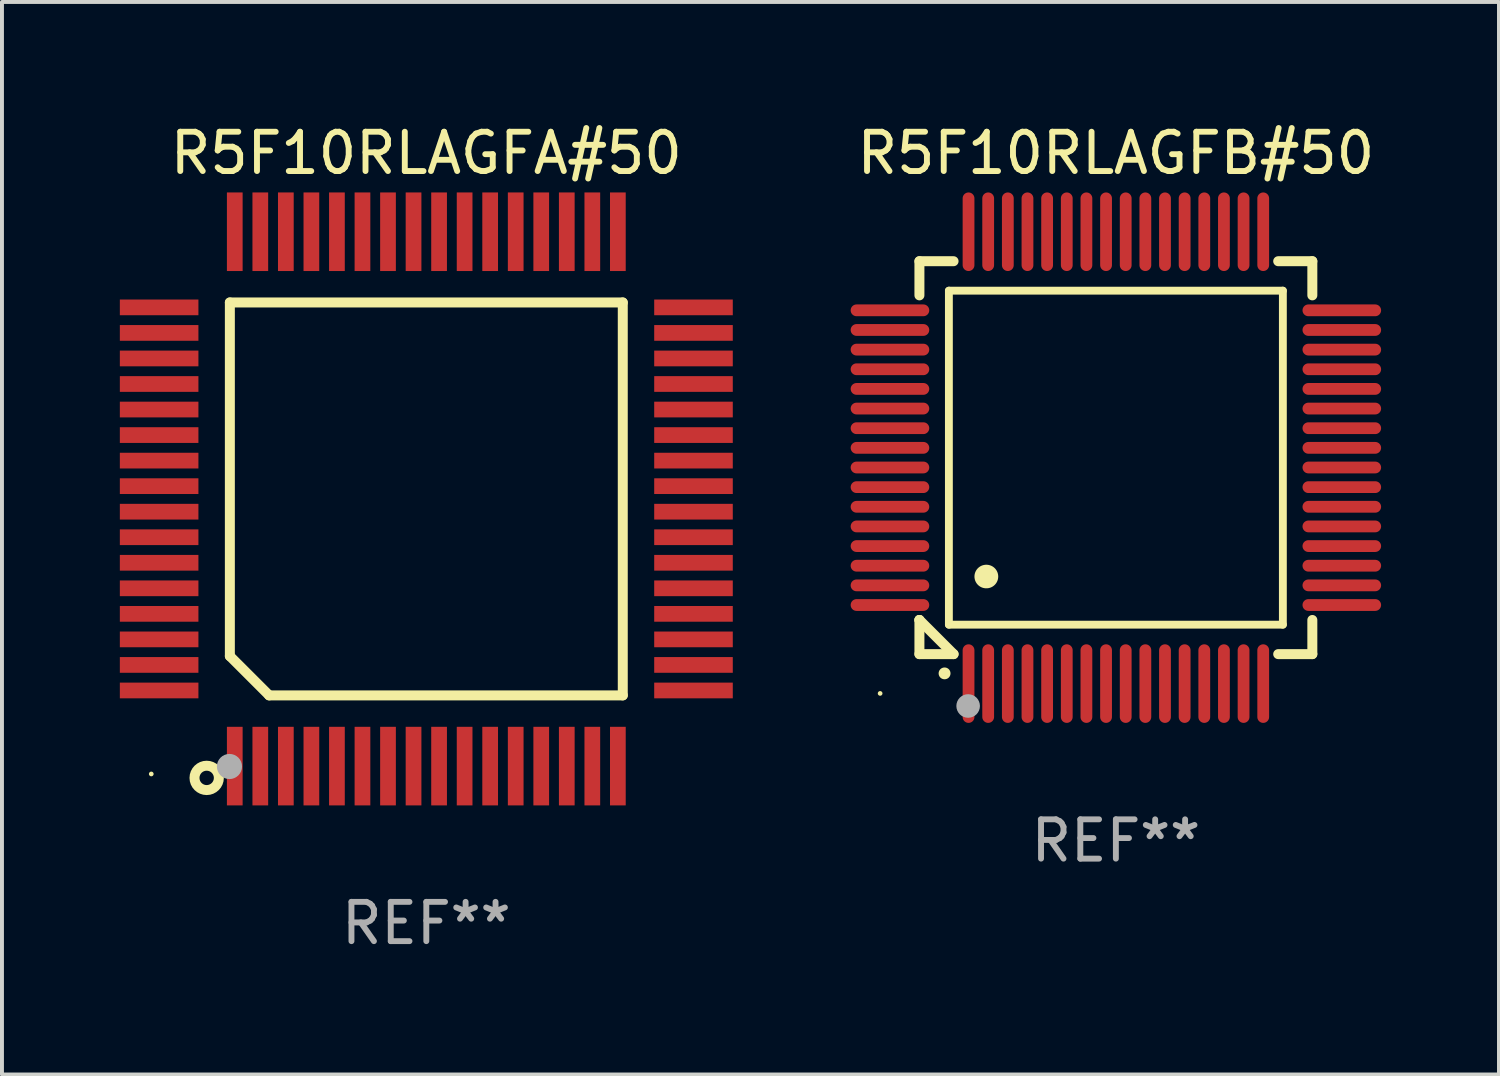
<source format=kicad_pcb>
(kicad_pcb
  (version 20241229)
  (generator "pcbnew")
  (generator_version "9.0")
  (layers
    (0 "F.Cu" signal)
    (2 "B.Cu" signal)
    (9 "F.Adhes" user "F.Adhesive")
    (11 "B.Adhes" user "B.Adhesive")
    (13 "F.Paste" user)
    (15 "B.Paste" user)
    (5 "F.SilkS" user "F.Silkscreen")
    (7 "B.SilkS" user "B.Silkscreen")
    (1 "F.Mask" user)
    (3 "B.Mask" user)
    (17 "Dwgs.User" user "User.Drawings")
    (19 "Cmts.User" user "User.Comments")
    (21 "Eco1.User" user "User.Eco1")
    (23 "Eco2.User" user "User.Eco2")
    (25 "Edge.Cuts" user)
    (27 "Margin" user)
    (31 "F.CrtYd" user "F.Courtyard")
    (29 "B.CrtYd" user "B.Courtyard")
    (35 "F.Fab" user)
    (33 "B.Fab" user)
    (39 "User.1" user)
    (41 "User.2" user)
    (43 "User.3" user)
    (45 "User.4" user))
  (footprint "R5F10RLAGFA#50"
    (layer "F.Cu")
    (at 7.8 9.648)
    (property "Reference" "R5F10RLAGFA#50" (at 0 -8.8 0) (layer "F.SilkS") (effects (font (size 1 1) (thickness 0.15))))
    (attr through_hole)
    (fp_line (start -5 -5) (end 5 -5) (stroke (width 0.254) (type solid)) (layer "F.SilkS"))
    (fp_line (start -5 4) (end -5 -5) (stroke (width 0.254) (type solid)) (layer "F.SilkS"))
    (fp_line (start -4 5) (end -5 4) (stroke (width 0.254) (type solid)) (layer "F.SilkS"))
    (fp_line (start 5 -5) (end 5 5) (stroke (width 0.254) (type solid)) (layer "F.SilkS"))
    (fp_line (start 5 5) (end -4 5) (stroke (width 0.254) (type solid)) (layer "F.SilkS"))
    (fp_circle (center -7 7) (end -6.97 7) (stroke (width 0.06) (type solid)) (fill no) (layer "F.SilkS"))
    (fp_circle (center -5.59 7.1) (end -5.28 7.1) (stroke (width 0.254) (type solid)) (fill no) (layer "F.SilkS"))
    (fp_circle (center -5.01 6.81) (end -4.85 6.81) (stroke (width 0.32) (type solid)) (fill no) (layer "F.Fab"))
    (fp_text user "REF**" (at 0 10.8 0) (layer "F.Fab") (effects (font (size 1 1) (thickness 0.15))))
    (pad "1" smd rect (at -4.875 6.8) (size 0.4 2) (layers "F.Cu" "F.Mask" "F.Paste"))
    (pad "2" smd rect (at -4.225 6.8) (size 0.4 2) (layers "F.Cu" "F.Mask" "F.Paste"))
    (pad "3" smd rect (at -3.575 6.8) (size 0.4 2) (layers "F.Cu" "F.Mask" "F.Paste"))
    (pad "4" smd rect (at -2.925 6.8) (size 0.4 2) (layers "F.Cu" "F.Mask" "F.Paste"))
    (pad "5" smd rect (at -2.275 6.8) (size 0.4 2) (layers "F.Cu" "F.Mask" "F.Paste"))
    (pad "6" smd rect (at -1.625 6.8) (size 0.4 2) (layers "F.Cu" "F.Mask" "F.Paste"))
    (pad "7" smd rect (at -0.975 6.8) (size 0.4 2) (layers "F.Cu" "F.Mask" "F.Paste"))
    (pad "8" smd rect (at -0.325 6.8) (size 0.4 2) (layers "F.Cu" "F.Mask" "F.Paste"))
    (pad "9" smd rect (at 0.325 6.8) (size 0.4 2) (layers "F.Cu" "F.Mask" "F.Paste"))
    (pad "10" smd rect (at 0.975 6.8) (size 0.4 2) (layers "F.Cu" "F.Mask" "F.Paste"))
    (pad "11" smd rect (at 1.625 6.8) (size 0.4 2) (layers "F.Cu" "F.Mask" "F.Paste"))
    (pad "12" smd rect (at 2.275 6.8) (size 0.4 2) (layers "F.Cu" "F.Mask" "F.Paste"))
    (pad "13" smd rect (at 2.925 6.8) (size 0.4 2) (layers "F.Cu" "F.Mask" "F.Paste"))
    (pad "14" smd rect (at 3.575 6.8) (size 0.4 2) (layers "F.Cu" "F.Mask" "F.Paste"))
    (pad "15" smd rect (at 4.225 6.8) (size 0.4 2) (layers "F.Cu" "F.Mask" "F.Paste"))
    (pad "16" smd rect (at 4.875 6.8) (size 0.4 2) (layers "F.Cu" "F.Mask" "F.Paste"))
    (pad "17" smd rect (at 6.8 4.875) (size 2 0.4) (layers "F.Cu" "F.Mask" "F.Paste"))
    (pad "18" smd rect (at 6.8 4.225) (size 2 0.4) (layers "F.Cu" "F.Mask" "F.Paste"))
    (pad "19" smd rect (at 6.8 3.575) (size 2 0.4) (layers "F.Cu" "F.Mask" "F.Paste"))
    (pad "20" smd rect (at 6.8 2.925) (size 2 0.4) (layers "F.Cu" "F.Mask" "F.Paste"))
    (pad "21" smd rect (at 6.8 2.275) (size 2 0.4) (layers "F.Cu" "F.Mask" "F.Paste"))
    (pad "22" smd rect (at 6.8 1.625) (size 2 0.4) (layers "F.Cu" "F.Mask" "F.Paste"))
    (pad "23" smd rect (at 6.8 0.975) (size 2 0.4) (layers "F.Cu" "F.Mask" "F.Paste"))
    (pad "24" smd rect (at 6.8 0.325) (size 2 0.4) (layers "F.Cu" "F.Mask" "F.Paste"))
    (pad "25" smd rect (at 6.8 -0.325) (size 2 0.4) (layers "F.Cu" "F.Mask" "F.Paste"))
    (pad "26" smd rect (at 6.8 -0.975) (size 2 0.4) (layers "F.Cu" "F.Mask" "F.Paste"))
    (pad "27" smd rect (at 6.8 -1.625) (size 2 0.4) (layers "F.Cu" "F.Mask" "F.Paste"))
    (pad "28" smd rect (at 6.8 -2.275) (size 2 0.4) (layers "F.Cu" "F.Mask" "F.Paste"))
    (pad "29" smd rect (at 6.8 -2.925) (size 2 0.4) (layers "F.Cu" "F.Mask" "F.Paste"))
    (pad "30" smd rect (at 6.8 -3.575) (size 2 0.4) (layers "F.Cu" "F.Mask" "F.Paste"))
    (pad "31" smd rect (at 6.8 -4.225) (size 2 0.4) (layers "F.Cu" "F.Mask" "F.Paste"))
    (pad "32" smd rect (at 6.8 -4.875) (size 2 0.4) (layers "F.Cu" "F.Mask" "F.Paste"))
    (pad "33" smd rect (at 4.875 -6.8) (size 0.4 2) (layers "F.Cu" "F.Mask" "F.Paste"))
    (pad "34" smd rect (at 4.225 -6.8) (size 0.4 2) (layers "F.Cu" "F.Mask" "F.Paste"))
    (pad "35" smd rect (at 3.575 -6.8) (size 0.4 2) (layers "F.Cu" "F.Mask" "F.Paste"))
    (pad "36" smd rect (at 2.925 -6.8) (size 0.4 2) (layers "F.Cu" "F.Mask" "F.Paste"))
    (pad "37" smd rect (at 2.275 -6.8) (size 0.4 2) (layers "F.Cu" "F.Mask" "F.Paste"))
    (pad "38" smd rect (at 1.625 -6.8) (size 0.4 2) (layers "F.Cu" "F.Mask" "F.Paste"))
    (pad "39" smd rect (at 0.975 -6.8) (size 0.4 2) (layers "F.Cu" "F.Mask" "F.Paste"))
    (pad "40" smd rect (at 0.325 -6.8) (size 0.4 2) (layers "F.Cu" "F.Mask" "F.Paste"))
    (pad "41" smd rect (at -0.325 -6.8) (size 0.4 2) (layers "F.Cu" "F.Mask" "F.Paste"))
    (pad "42" smd rect (at -0.975 -6.8) (size 0.4 2) (layers "F.Cu" "F.Mask" "F.Paste"))
    (pad "43" smd rect (at -1.625 -6.8) (size 0.4 2) (layers "F.Cu" "F.Mask" "F.Paste"))
    (pad "44" smd rect (at -2.275 -6.8) (size 0.4 2) (layers "F.Cu" "F.Mask" "F.Paste"))
    (pad "45" smd rect (at -2.925 -6.8) (size 0.4 2) (layers "F.Cu" "F.Mask" "F.Paste"))
    (pad "46" smd rect (at -3.575 -6.8) (size 0.4 2) (layers "F.Cu" "F.Mask" "F.Paste"))
    (pad "47" smd rect (at -4.225 -6.8) (size 0.4 2) (layers "F.Cu" "F.Mask" "F.Paste"))
    (pad "48" smd rect (at -4.875 -6.8) (size 0.4 2) (layers "F.Cu" "F.Mask" "F.Paste"))
    (pad "49" smd rect (at -6.8 -4.875) (size 2 0.4) (layers "F.Cu" "F.Mask" "F.Paste"))
    (pad "50" smd rect (at -6.8 -4.225) (size 2 0.4) (layers "F.Cu" "F.Mask" "F.Paste"))
    (pad "51" smd rect (at -6.8 -3.575) (size 2 0.4) (layers "F.Cu" "F.Mask" "F.Paste"))
    (pad "52" smd rect (at -6.8 -2.925) (size 2 0.4) (layers "F.Cu" "F.Mask" "F.Paste"))
    (pad "53" smd rect (at -6.8 -2.275) (size 2 0.4) (layers "F.Cu" "F.Mask" "F.Paste"))
    (pad "54" smd rect (at -6.8 -1.625) (size 2 0.4) (layers "F.Cu" "F.Mask" "F.Paste"))
    (pad "55" smd rect (at -6.8 -0.975) (size 2 0.4) (layers "F.Cu" "F.Mask" "F.Paste"))
    (pad "56" smd rect (at -6.8 -0.325) (size 2 0.4) (layers "F.Cu" "F.Mask" "F.Paste"))
    (pad "57" smd rect (at -6.8 0.325) (size 2 0.4) (layers "F.Cu" "F.Mask" "F.Paste"))
    (pad "58" smd rect (at -6.8 0.975) (size 2 0.4) (layers "F.Cu" "F.Mask" "F.Paste"))
    (pad "59" smd rect (at -6.8 1.625) (size 2 0.4) (layers "F.Cu" "F.Mask" "F.Paste"))
    (pad "60" smd rect (at -6.8 2.275) (size 2 0.4) (layers "F.Cu" "F.Mask" "F.Paste"))
    (pad "61" smd rect (at -6.8 2.925) (size 2 0.4) (layers "F.Cu" "F.Mask" "F.Paste"))
    (pad "62" smd rect (at -6.8 3.575) (size 2 0.4) (layers "F.Cu" "F.Mask" "F.Paste"))
    (pad "63" smd rect (at -6.8 4.225) (size 2 0.4) (layers "F.Cu" "F.Mask" "F.Paste"))
    (pad "64" smd rect (at -6.8 4.875) (size 2 0.4) (layers "F.Cu" "F.Mask" "F.Paste")))
  (footprint "R5F10RLAGFB#50"
    (layer "F.Cu")
    (at 25.35 8.598)
    (property "Reference" "R5F10RLAGFB#50" (at 0 -7.75 0) (layer "F.SilkS") (effects (font (size 1 1) (thickness 0.15))))
    (attr through_hole)
    (fp_line (start -5 -5) (end -4.131 -5) (stroke (width 0.254) (type solid)) (layer "F.SilkS"))
    (fp_line (start -5 -4.131) (end -5 -5) (stroke (width 0.254) (type solid)) (layer "F.SilkS"))
    (fp_line (start -5 4.131) (end -5 4.131) (stroke (width 0.254) (type solid)) (layer "F.SilkS"))
    (fp_line (start -5 5) (end -5 4.131) (stroke (width 0.254) (type solid)) (layer "F.SilkS"))
    (fp_line (start -5 4.131) (end -4.131 5) (stroke (width 0.254) (type solid)) (layer "F.SilkS"))
    (fp_line (start -4.25 -4.25) (end -4.25 4.25) (stroke (width 0.2) (type solid)) (layer "F.SilkS"))
    (fp_line (start -4.25 4.25) (end 4.25 4.25) (stroke (width 0.2) (type solid)) (layer "F.SilkS"))
    (fp_line (start -4.131 5) (end -5 5) (stroke (width 0.254) (type solid)) (layer "F.SilkS"))
    (fp_line (start 4.25 -4.25) (end -4.25 -4.25) (stroke (width 0.2) (type solid)) (layer "F.SilkS"))
    (fp_line (start 4.25 4.25) (end 4.25 -4.25) (stroke (width 0.2) (type solid)) (layer "F.SilkS"))
    (fp_line (start 5 -5) (end 4.131 -5) (stroke (width 0.254) (type solid)) (layer "F.SilkS"))
    (fp_line (start 5 -5) (end 5 -4.131) (stroke (width 0.254) (type solid)) (layer "F.SilkS"))
    (fp_line (start 5 4.131) (end 5 5) (stroke (width 0.254) (type solid)) (layer "F.SilkS"))
    (fp_line (start 5 5) (end 4.131 5) (stroke (width 0.254) (type solid)) (layer "F.SilkS"))
    (fp_arc (start -4.361265 5.489992) (mid -4.359995 5.489987) (end -4.358725 5.489992) (stroke (width 0.3) (type solid)) (layer "F.SilkS"))
    (fp_arc (start -3.299467 3.025146) (mid -3.296927 3.025135) (end -3.294387 3.025146) (stroke (width 0.6) (type solid)) (layer "F.SilkS"))
    (fp_circle (center -6 6) (end -5.97 6) (stroke (width 0.06) (type solid)) (fill no) (layer "F.SilkS"))
    (fp_circle (center -3.76 6.32) (end -3.61 6.32) (stroke (width 0.3) (type solid)) (fill no) (layer "F.Fab"))
    (fp_text user "REF**" (at 0 9.75 0) (layer "F.Fab") (effects (font (size 1 1) (thickness 0.15))))
    (pad "1" smd oval (at -3.75 5.75) (size 0.3 2) (layers "F.Cu" "F.Mask" "F.Paste"))
    (pad "2" smd oval (at -3.25 5.75) (size 0.3 2) (layers "F.Cu" "F.Mask" "F.Paste"))
    (pad "3" smd oval (at -2.75 5.75) (size 0.3 2) (layers "F.Cu" "F.Mask" "F.Paste"))
    (pad "4" smd oval (at -2.25 5.75) (size 0.3 2) (layers "F.Cu" "F.Mask" "F.Paste"))
    (pad "5" smd oval (at -1.75 5.75) (size 0.3 2) (layers "F.Cu" "F.Mask" "F.Paste"))
    (pad "6" smd oval (at -1.25 5.75) (size 0.3 2) (layers "F.Cu" "F.Mask" "F.Paste"))
    (pad "7" smd oval (at -0.75 5.75) (size 0.3 2) (layers "F.Cu" "F.Mask" "F.Paste"))
    (pad "8" smd oval (at -0.25 5.75) (size 0.3 2) (layers "F.Cu" "F.Mask" "F.Paste"))
    (pad "9" smd oval (at 0.25 5.75) (size 0.3 2) (layers "F.Cu" "F.Mask" "F.Paste"))
    (pad "10" smd oval (at 0.75 5.75) (size 0.3 2) (layers "F.Cu" "F.Mask" "F.Paste"))
    (pad "11" smd oval (at 1.25 5.75) (size 0.3 2) (layers "F.Cu" "F.Mask" "F.Paste"))
    (pad "12" smd oval (at 1.75 5.75) (size 0.3 2) (layers "F.Cu" "F.Mask" "F.Paste"))
    (pad "13" smd oval (at 2.25 5.75) (size 0.3 2) (layers "F.Cu" "F.Mask" "F.Paste"))
    (pad "14" smd oval (at 2.75 5.75) (size 0.3 2) (layers "F.Cu" "F.Mask" "F.Paste"))
    (pad "15" smd oval (at 3.25 5.75) (size 0.3 2) (layers "F.Cu" "F.Mask" "F.Paste"))
    (pad "16" smd oval (at 3.75 5.75) (size 0.3 2) (layers "F.Cu" "F.Mask" "F.Paste"))
    (pad "17" smd oval (at 5.75 3.75) (size 2 0.3) (layers "F.Cu" "F.Mask" "F.Paste"))
    (pad "18" smd oval (at 5.75 3.25) (size 2 0.3) (layers "F.Cu" "F.Mask" "F.Paste"))
    (pad "19" smd oval (at 5.75 2.75) (size 2 0.3) (layers "F.Cu" "F.Mask" "F.Paste"))
    (pad "20" smd oval (at 5.75 2.25) (size 2 0.3) (layers "F.Cu" "F.Mask" "F.Paste"))
    (pad "21" smd oval (at 5.75 1.75) (size 2 0.3) (layers "F.Cu" "F.Mask" "F.Paste"))
    (pad "22" smd oval (at 5.75 1.25) (size 2 0.3) (layers "F.Cu" "F.Mask" "F.Paste"))
    (pad "23" smd oval (at 5.75 0.75) (size 2 0.3) (layers "F.Cu" "F.Mask" "F.Paste"))
    (pad "24" smd oval (at 5.75 0.25) (size 2 0.3) (layers "F.Cu" "F.Mask" "F.Paste"))
    (pad "25" smd oval (at 5.75 -0.25) (size 2 0.3) (layers "F.Cu" "F.Mask" "F.Paste"))
    (pad "26" smd oval (at 5.75 -0.75) (size 2 0.3) (layers "F.Cu" "F.Mask" "F.Paste"))
    (pad "27" smd oval (at 5.75 -1.25) (size 2 0.3) (layers "F.Cu" "F.Mask" "F.Paste"))
    (pad "28" smd oval (at 5.75 -1.75) (size 2 0.3) (layers "F.Cu" "F.Mask" "F.Paste"))
    (pad "29" smd oval (at 5.75 -2.25) (size 2 0.3) (layers "F.Cu" "F.Mask" "F.Paste"))
    (pad "30" smd oval (at 5.75 -2.75) (size 2 0.3) (layers "F.Cu" "F.Mask" "F.Paste"))
    (pad "31" smd oval (at 5.75 -3.25) (size 2 0.3) (layers "F.Cu" "F.Mask" "F.Paste"))
    (pad "32" smd oval (at 5.75 -3.75) (size 2 0.3) (layers "F.Cu" "F.Mask" "F.Paste"))
    (pad "33" smd oval (at 3.75 -5.75) (size 0.3 2) (layers "F.Cu" "F.Mask" "F.Paste"))
    (pad "34" smd oval (at 3.25 -5.75) (size 0.3 2) (layers "F.Cu" "F.Mask" "F.Paste"))
    (pad "35" smd oval (at 2.75 -5.75) (size 0.3 2) (layers "F.Cu" "F.Mask" "F.Paste"))
    (pad "36" smd oval (at 2.25 -5.75) (size 0.3 2) (layers "F.Cu" "F.Mask" "F.Paste"))
    (pad "37" smd oval (at 1.75 -5.75) (size 0.3 2) (layers "F.Cu" "F.Mask" "F.Paste"))
    (pad "38" smd oval (at 1.25 -5.75) (size 0.3 2) (layers "F.Cu" "F.Mask" "F.Paste"))
    (pad "39" smd oval (at 0.75 -5.75) (size 0.3 2) (layers "F.Cu" "F.Mask" "F.Paste"))
    (pad "40" smd oval (at 0.25 -5.75) (size 0.3 2) (layers "F.Cu" "F.Mask" "F.Paste"))
    (pad "41" smd oval (at -0.25 -5.75) (size 0.3 2) (layers "F.Cu" "F.Mask" "F.Paste"))
    (pad "42" smd oval (at -0.75 -5.75) (size 0.3 2) (layers "F.Cu" "F.Mask" "F.Paste"))
    (pad "43" smd oval (at -1.25 -5.75) (size 0.3 2) (layers "F.Cu" "F.Mask" "F.Paste"))
    (pad "44" smd oval (at -1.75 -5.75) (size 0.3 2) (layers "F.Cu" "F.Mask" "F.Paste"))
    (pad "45" smd oval (at -2.25 -5.75) (size 0.3 2) (layers "F.Cu" "F.Mask" "F.Paste"))
    (pad "46" smd oval (at -2.75 -5.75) (size 0.3 2) (layers "F.Cu" "F.Mask" "F.Paste"))
    (pad "47" smd oval (at -3.25 -5.75) (size 0.3 2) (layers "F.Cu" "F.Mask" "F.Paste"))
    (pad "48" smd oval (at -3.75 -5.75) (size 0.3 2) (layers "F.Cu" "F.Mask" "F.Paste"))
    (pad "49" smd oval (at -5.75 -3.75) (size 2 0.3) (layers "F.Cu" "F.Mask" "F.Paste"))
    (pad "50" smd oval (at -5.75 -3.25) (size 2 0.3) (layers "F.Cu" "F.Mask" "F.Paste"))
    (pad "51" smd oval (at -5.75 -2.75) (size 2 0.3) (layers "F.Cu" "F.Mask" "F.Paste"))
    (pad "52" smd oval (at -5.75 -2.25) (size 2 0.3) (layers "F.Cu" "F.Mask" "F.Paste"))
    (pad "53" smd oval (at -5.75 -1.75) (size 2 0.3) (layers "F.Cu" "F.Mask" "F.Paste"))
    (pad "54" smd oval (at -5.75 -1.25) (size 2 0.3) (layers "F.Cu" "F.Mask" "F.Paste"))
    (pad "55" smd oval (at -5.75 -0.75) (size 2 0.3) (layers "F.Cu" "F.Mask" "F.Paste"))
    (pad "56" smd oval (at -5.75 -0.25) (size 2 0.3) (layers "F.Cu" "F.Mask" "F.Paste"))
    (pad "57" smd oval (at -5.75 0.25) (size 2 0.3) (layers "F.Cu" "F.Mask" "F.Paste"))
    (pad "58" smd oval (at -5.75 0.75) (size 2 0.3) (layers "F.Cu" "F.Mask" "F.Paste"))
    (pad "59" smd oval (at -5.75 1.25) (size 2 0.3) (layers "F.Cu" "F.Mask" "F.Paste"))
    (pad "60" smd oval (at -5.75 1.75) (size 2 0.3) (layers "F.Cu" "F.Mask" "F.Paste"))
    (pad "61" smd oval (at -5.75 2.25) (size 2 0.3) (layers "F.Cu" "F.Mask" "F.Paste"))
    (pad "62" smd oval (at -5.75 2.75) (size 2 0.3) (layers "F.Cu" "F.Mask" "F.Paste"))
    (pad "63" smd oval (at -5.75 3.25) (size 2 0.3) (layers "F.Cu" "F.Mask" "F.Paste"))
    (pad "64" smd oval (at -5.75 3.75) (size 2 0.3) (layers "F.Cu" "F.Mask" "F.Paste")))
  (gr_rect
    (start -3 -3)
    (end 35.1 24.297)
    (stroke (width 0.1) (type default))
    (fill no)
    (layer "Edge.Cuts")))
</source>
